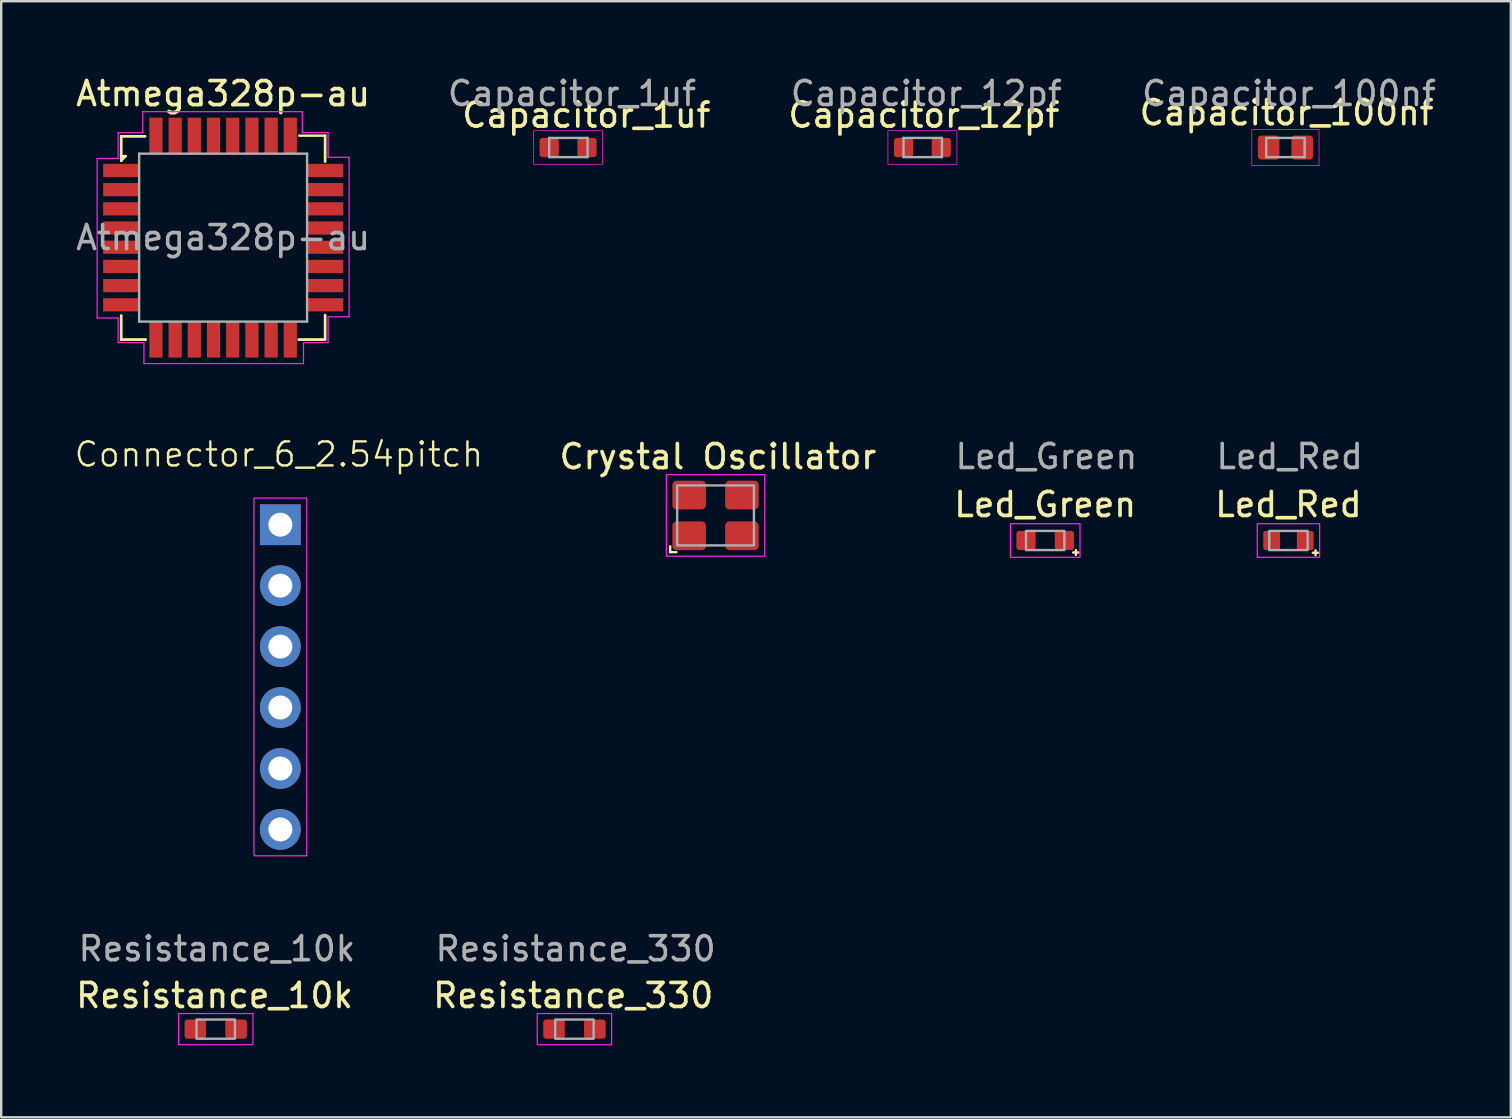
<source format=kicad_pcb>
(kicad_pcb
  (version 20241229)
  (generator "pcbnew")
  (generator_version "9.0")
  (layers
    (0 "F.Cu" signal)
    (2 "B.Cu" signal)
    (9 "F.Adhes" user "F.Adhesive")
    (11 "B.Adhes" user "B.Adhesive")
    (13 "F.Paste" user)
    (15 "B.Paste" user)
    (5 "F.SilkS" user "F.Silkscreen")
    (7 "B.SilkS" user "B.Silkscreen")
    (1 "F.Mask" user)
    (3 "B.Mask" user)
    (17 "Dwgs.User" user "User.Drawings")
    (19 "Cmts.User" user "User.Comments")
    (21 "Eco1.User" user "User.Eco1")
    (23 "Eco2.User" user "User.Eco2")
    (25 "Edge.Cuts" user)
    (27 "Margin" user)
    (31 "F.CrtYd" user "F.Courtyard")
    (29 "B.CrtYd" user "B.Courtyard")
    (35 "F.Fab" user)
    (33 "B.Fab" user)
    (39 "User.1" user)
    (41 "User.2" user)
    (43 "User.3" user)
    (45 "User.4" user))
  (footprint "Led_Green"
    (layer "F.Cu")
    (at 40.512 19.477)
    (property "Reference" "Led_Green" (at 0 -1.5 0) (unlocked yes) (layer "F.SilkS") (effects (font (size 1 1) (thickness 0.153))))
    (attr smd)
    (fp_line (start 1.165 0.5) (end 1.375 0.5) (stroke (width 0.1) (type default)) (layer "F.SilkS"))
    (fp_line (start 1.28 0.4) (end 1.28 0.6) (stroke (width 0.1) (type default)) (layer "F.SilkS"))
    (fp_rect (start -1.45 -0.7) (end 1.45 0.7) (stroke (width 0.05) (type default)) (fill no) (layer "F.CrtYd"))
    (fp_rect (start -0.8 -0.4) (end 0.8 0.4) (stroke (width 0.1) (type default)) (fill no) (layer "F.Fab"))
    (fp_poly (pts (xy 0.15 -0.15) (xy 0.15 0.15) (xy -0.15 0)) (stroke (width 0.1) (type solid)) (fill no) (layer "User.3"))
    (fp_text user "${REFERENCE}" (at 0.05 -3.5 0) (unlocked yes) (layer "F.Fab") (effects (font (size 1 1) (thickness 0.15))))
    (fp_text user "-" (at -1.075 0.2 0) (unlocked yes) (layer "User.3") (effects (font (size 0.4 0.4) (thickness 0.025)) (justify left bottom)))
    (fp_text user "+" (at 0.55 0.2 0) (unlocked yes) (layer "User.3") (effects (font (size 0.4 0.4) (thickness 0.025) (bold yes)) (justify left bottom)))
    (pad "1" smd roundrect (at -0.8 0) (size 0.8 0.8) (layers "F.Cu" "F.Mask" "F.Paste") (roundrect_rratio 0.15))
    (pad "2" smd roundrect (at 0.8 0) (size 0.8 0.8) (layers "F.Cu" "F.Mask" "F.Paste") (roundrect_rratio 0.15)))
  (footprint "Atmega328p-au"
    (layer "F.Cu")
    (at 6.249 6.854)
    (property "Reference" "Atmega328p-au" (at 0 -6 0) (layer "F.SilkS") (effects (font (size 1 1) (thickness 0.153))))
    (attr smd)
    (fp_line (start -4.25 -4.225) (end -4.25 -3.2) (stroke (width 0.1) (type default)) (layer "F.SilkS"))
    (fp_line (start -4.25 -4.225) (end -3.25 -4.225) (stroke (width 0.1) (type default)) (layer "F.SilkS"))
    (fp_line (start -4.25 -3.2) (end -4.25 -4.225) (stroke (width 0.1) (type default)) (layer "F.SilkS"))
    (fp_line (start -4.25 3.25) (end -4.25 4.25) (stroke (width 0.1) (type default)) (layer "F.SilkS"))
    (fp_line (start -4.25 4.25) (end -4.25 3.25) (stroke (width 0.1) (type default)) (layer "F.SilkS"))
    (fp_line (start -4.25 4.25) (end -3.225 4.25) (stroke (width 0.1) (type default)) (layer "F.SilkS"))
    (fp_line (start -4.2 -3.4) (end -4.06 -3.4) (stroke (width 0.1) (type default)) (layer "F.SilkS"))
    (fp_line (start -4.155 -3.35) (end -4.2 -3.4) (stroke (width 0.1) (type default)) (layer "F.SilkS"))
    (fp_line (start -4.06 -3.4) (end -4.25 -3.2) (stroke (width 0.1) (type default)) (layer "F.SilkS"))
    (fp_line (start -3.25 -4.225) (end -4.25 -4.225) (stroke (width 0.1) (type default)) (layer "F.SilkS"))
    (fp_line (start -3.225 4.25) (end -4.25 4.25) (stroke (width 0.1) (type default)) (layer "F.SilkS"))
    (fp_line (start 3.15 4.25) (end 4.25 4.25) (stroke (width 0.1) (type default)) (layer "F.SilkS"))
    (fp_line (start 3.175 -4.25) (end 4.25 -4.25) (stroke (width 0.1) (type default)) (layer "F.SilkS"))
    (fp_line (start 4.25 -4.25) (end 4.25 -3.175) (stroke (width 0.1) (type default)) (layer "F.SilkS"))
    (fp_line (start 4.25 -4.25) (end 4.25 -3.175) (stroke (width 0.1) (type default)) (layer "F.SilkS"))
    (fp_line (start 4.25 3.225) (end 4.25 4.25) (stroke (width 0.1) (type default)) (layer "F.SilkS"))
    (fp_line (start 4.25 4.25) (end 3.15 4.25) (stroke (width 0.1) (type default)) (layer "F.SilkS"))
    (fp_line (start 4.25 4.25) (end 4.25 3.225) (stroke (width 0.1) (type default)) (layer "F.SilkS"))
    (fp_circle (center -3 -3) (end -3.2 -3.2) (stroke (width 0.1) (type default)) (fill no) (layer "F.Paste"))
    (fp_line (start -5.25 -3.3) (end -4.375 -3.3) (stroke (width 0.05) (type default)) (layer "F.CrtYd"))
    (fp_line (start -5.25 3.35) (end -5.25 -3.3) (stroke (width 0.05) (type default)) (layer "F.CrtYd"))
    (fp_line (start -4.375 -4.375) (end -3.35 -4.375) (stroke (width 0.05) (type default)) (layer "F.CrtYd"))
    (fp_line (start -4.375 -3.3) (end -4.375 -4.375) (stroke (width 0.05) (type default)) (layer "F.CrtYd"))
    (fp_line (start -4.375 3.35) (end -5.25 3.35) (stroke (width 0.05) (type default)) (layer "F.CrtYd"))
    (fp_line (start -4.375 4.375) (end -4.375 3.35) (stroke (width 0.05) (type default)) (layer "F.CrtYd"))
    (fp_line (start -3.35 -5.25) (end 3.3 -5.25) (stroke (width 0.05) (type default)) (layer "F.CrtYd"))
    (fp_line (start -3.35 -4.375) (end -3.35 -5.25) (stroke (width 0.05) (type default)) (layer "F.CrtYd"))
    (fp_line (start -3.3 4.375) (end -4.375 4.375) (stroke (width 0.05) (type default)) (layer "F.CrtYd"))
    (fp_line (start -3.3 5.25) (end -3.3 4.375) (stroke (width 0.05) (type default)) (layer "F.CrtYd"))
    (fp_line (start 3.3 -5.25) (end 3.3 -4.375) (stroke (width 0.05) (type default)) (layer "F.CrtYd"))
    (fp_line (start 3.3 -4.375) (end 4.375 -4.375) (stroke (width 0.05) (type default)) (layer "F.CrtYd"))
    (fp_line (start 3.35 4.375) (end 3.35 5.25) (stroke (width 0.05) (type default)) (layer "F.CrtYd"))
    (fp_line (start 3.35 5.25) (end -3.3 5.25) (stroke (width 0.05) (type default)) (layer "F.CrtYd"))
    (fp_line (start 4.375 -4.375) (end 4.375 -3.35) (stroke (width 0.05) (type default)) (layer "F.CrtYd"))
    (fp_line (start 4.375 -3.35) (end 5.25 -3.35) (stroke (width 0.05) (type default)) (layer "F.CrtYd"))
    (fp_line (start 4.375 3.3) (end 4.375 4.375) (stroke (width 0.05) (type default)) (layer "F.CrtYd"))
    (fp_line (start 4.375 4.375) (end 3.35 4.375) (stroke (width 0.05) (type default)) (layer "F.CrtYd"))
    (fp_line (start 5.25 -3.35) (end 5.25 3.3) (stroke (width 0.05) (type default)) (layer "F.CrtYd"))
    (fp_line (start 5.25 3.3) (end 4.375 3.3) (stroke (width 0.05) (type default)) (layer "F.CrtYd"))
    (fp_line (start -3.5 -3.5) (end -3.5 3.5) (stroke (width 0.1) (type default)) (layer "F.Fab"))
    (fp_line (start -3.5 3.5) (end 3.5 3.5) (stroke (width 0.1) (type default)) (layer "F.Fab"))
    (fp_line (start 3.5 -3.5) (end -3.5 -3.5) (stroke (width 0.1) (type default)) (layer "F.Fab"))
    (fp_line (start 3.5 3.5) (end 3.5 -3.5) (stroke (width 0.1) (type default)) (layer "F.Fab"))
    (fp_text user "${REFERENCE}" (at 0 0 0) (layer "F.Fab") (effects (font (size 1 1) (thickness 0.15))))
    (pad "1" smd rect (at -4.25 -2.8 90) (size 0.55 1.5) (layers "F.Cu" "F.Mask" "F.Paste"))
    (pad "2" smd rect (at -4.25 -2 90) (size 0.55 1.5) (layers "F.Cu" "F.Mask" "F.Paste"))
    (pad "3" smd rect (at -4.25 -1.2 90) (size 0.55 1.5) (layers "F.Cu" "F.Mask" "F.Paste"))
    (pad "4" smd rect (at -4.25 -0.4 90) (size 0.55 1.5) (layers "F.Cu" "F.Mask" "F.Paste"))
    (pad "5" smd rect (at -4.25 0.4 90) (size 0.55 1.5) (layers "F.Cu" "F.Mask" "F.Paste"))
    (pad "6" smd rect (at -4.25 1.2 90) (size 0.55 1.5) (layers "F.Cu" "F.Mask" "F.Paste"))
    (pad "7" smd rect (at -4.25 2 90) (size 0.55 1.5) (layers "F.Cu" "F.Mask" "F.Paste"))
    (pad "8" smd rect (at -4.25 2.8 90) (size 0.55 1.5) (layers "F.Cu" "F.Mask" "F.Paste"))
    (pad "9" smd rect (at -2.8 4.25) (size 0.55 1.5) (layers "F.Cu" "F.Mask" "F.Paste"))
    (pad "10" smd rect (at -2 4.25) (size 0.55 1.5) (layers "F.Cu" "F.Mask" "F.Paste"))
    (pad "11" smd rect (at -1.2 4.25) (size 0.55 1.5) (layers "F.Cu" "F.Mask" "F.Paste"))
    (pad "12" smd rect (at -0.4 4.25) (size 0.55 1.5) (layers "F.Cu" "F.Mask" "F.Paste"))
    (pad "13" smd rect (at 0.4 4.25) (size 0.55 1.5) (layers "F.Cu" "F.Mask" "F.Paste"))
    (pad "14" smd rect (at 1.2 4.25) (size 0.55 1.5) (layers "F.Cu" "F.Mask" "F.Paste"))
    (pad "15" smd rect (at 2 4.25) (size 0.55 1.5) (layers "F.Cu" "F.Mask" "F.Paste"))
    (pad "16" smd rect (at 2.8 4.25) (size 0.55 1.5) (layers "F.Cu" "F.Mask" "F.Paste"))
    (pad "17" smd rect (at 4.25 2.8 90) (size 0.55 1.5) (layers "F.Cu" "F.Mask" "F.Paste"))
    (pad "18" smd rect (at 4.25 2 90) (size 0.55 1.5) (layers "F.Cu" "F.Mask" "F.Paste"))
    (pad "19" smd rect (at 4.25 1.2 90) (size 0.55 1.5) (layers "F.Cu" "F.Mask" "F.Paste"))
    (pad "20" smd rect (at 4.25 0.4 90) (size 0.55 1.5) (layers "F.Cu" "F.Mask" "F.Paste"))
    (pad "21" smd rect (at 4.25 -0.4 90) (size 0.55 1.5) (layers "F.Cu" "F.Mask" "F.Paste"))
    (pad "22" smd rect (at 4.25 -1.2 90) (size 0.55 1.5) (layers "F.Cu" "F.Mask" "F.Paste"))
    (pad "23" smd rect (at 4.25 -2 90) (size 0.55 1.5) (layers "F.Cu" "F.Mask" "F.Paste"))
    (pad "24" smd rect (at 4.25 -2.8 90) (size 0.55 1.5) (layers "F.Cu" "F.Mask" "F.Paste"))
    (pad "25" smd rect (at 2.8 -4.25) (size 0.55 1.5) (layers "F.Cu" "F.Mask" "F.Paste"))
    (pad "26" smd rect (at 2 -4.25) (size 0.55 1.5) (layers "F.Cu" "F.Mask" "F.Paste"))
    (pad "27" smd rect (at 1.2 -4.25) (size 0.55 1.5) (layers "F.Cu" "F.Mask" "F.Paste"))
    (pad "28" smd rect (at 0.4 -4.25) (size 0.55 1.5) (layers "F.Cu" "F.Mask" "F.Paste"))
    (pad "29" smd rect (at -0.4 -4.25) (size 0.55 1.5) (layers "F.Cu" "F.Mask" "F.Paste"))
    (pad "30" smd rect (at -1.2 -4.25) (size 0.55 1.5) (layers "F.Cu" "F.Mask" "F.Paste"))
    (pad "31" smd rect (at -2 -4.25) (size 0.55 1.5) (layers "F.Cu" "F.Mask" "F.Paste"))
    (pad "32" smd rect (at -2.8 -4.25) (size 0.55 1.5) (layers "F.Cu" "F.Mask" "F.Paste")))
  (footprint "Resistance_10k"
    (layer "F.Cu")
    (at 5.941 39.842)
    (property "Reference" "Resistance_10k" (at -0.05 -1.4 0) (unlocked yes) (layer "F.SilkS") (effects (font (size 1 1) (thickness 0.153))))
    (attr smd)
    (fp_rect (start -1.55 -0.65) (end 1.55 0.65) (stroke (width 0.05) (type default)) (fill no) (layer "F.CrtYd"))
    (fp_rect (start -0.8 -0.4) (end 0.8 0.4) (stroke (width 0.1) (type default)) (fill no) (layer "F.Fab"))
    (fp_text user "${REFERENCE}" (at 0.05 -3.35 0) (unlocked yes) (layer "F.Fab") (effects (font (size 1 1) (thickness 0.15))))
    (pad "1" smd roundrect (at -0.85 0) (size 0.9 0.8) (layers "F.Cu" "F.Mask" "F.Paste") (roundrect_rratio 0.15))
    (pad "2" smd roundrect (at 0.85 0) (size 0.9 0.8) (layers "F.Cu" "F.Mask" "F.Paste") (roundrect_rratio 0.15)))
  (footprint "Capacitor_1uf"
    (layer "F.Cu")
    (at 20.639 3.098)
    (property "Reference" "Capacitor_1uf" (at 0.75 -1.35 0) (unlocked yes) (layer "F.SilkS") (effects (font (size 1 1) (thickness 0.153))))
    (attr smd)
    (fp_rect (start -1.45 -0.7) (end 1.425 0.7) (stroke (width 0.03) (type solid)) (fill no) (layer "F.CrtYd"))
    (fp_line (start -0.8 -0.4) (end -0.8 0.4) (stroke (width 0.1) (type default)) (layer "F.Fab"))
    (fp_line (start -0.8 0.4) (end 0.8 0.4) (stroke (width 0.1) (type default)) (layer "F.Fab"))
    (fp_line (start 0.8 -0.4) (end -0.8 -0.4) (stroke (width 0.1) (type default)) (layer "F.Fab"))
    (fp_line (start 0.8 0.4) (end 0.8 -0.4) (stroke (width 0.1) (type default)) (layer "F.Fab"))
    (fp_text user "${REFERENCE}" (at 0.15 -2.25 0) (unlocked yes) (layer "F.Fab") (effects (font (size 1 1) (thickness 0.15))))
    (pad "1" smd roundrect (at -0.8 0) (size 0.8 0.8) (layers "F.Cu" "F.Mask" "F.Paste") (roundrect_rratio 0.15))
    (pad "2" smd roundrect (at 0.775 0) (size 0.8 0.8) (layers "F.Cu" "F.Mask" "F.Paste") (roundrect_rratio 0.15)))
  (footprint "Connector_6_2.54pitch"
    (layer "F.Cu")
    (at 8.634 18.819)
    (property "Reference" "Connector_6_2.54pitch" (at -0.06 -2.93 0) (unlocked yes) (layer "F.SilkS") (effects (font (size 1 1) (thickness 0.1))))
    (attr exclude_from_pos_files exclude_from_bom)
    (fp_rect (start -1.1 -1.11) (end 1.1 13.8) (stroke (width 0.05) (type default)) (fill no) (layer "F.CrtYd"))
    (pad "1" thru_hole rect (at 0 0) (size 1.7 1.7) (drill 1) (layers "*.Cu" "*.Mask"))
    (pad "2" thru_hole circle (at 0 2.54) (size 1.7 1.7) (drill 1) (layers "*.Cu" "*.Mask"))
    (pad "3" thru_hole circle (at 0 5.08) (size 1.7 1.7) (drill 1) (layers "*.Cu" "*.Mask"))
    (pad "4" thru_hole circle (at 0 7.62) (size 1.7 1.7) (drill 1) (layers "*.Cu" "*.Mask"))
    (pad "5" thru_hole circle (at 0 10.16) (size 1.7 1.7) (drill 1) (layers "*.Cu" "*.Mask"))
    (pad "6" thru_hole circle (at 0 12.7) (size 1.7 1.7) (drill 1) (layers "*.Cu" "*.Mask")))
  (footprint "Resistance_330"
    (layer "F.Cu")
    (at 20.891 39.842)
    (property "Reference" "Resistance_330" (at -0.05 -1.4 0) (unlocked yes) (layer "F.SilkS") (effects (font (size 1 1) (thickness 0.153))))
    (attr smd)
    (fp_rect (start -1.55 -0.65) (end 1.55 0.65) (stroke (width 0.05) (type default)) (fill no) (layer "F.CrtYd"))
    (fp_rect (start -0.8 -0.4) (end 0.8 0.4) (stroke (width 0.1) (type default)) (fill no) (layer "F.Fab"))
    (fp_text user "${REFERENCE}" (at 0.05 -3.35 0) (unlocked yes) (layer "F.Fab") (effects (font (size 1 1) (thickness 0.15))))
    (pad "1" smd roundrect (at -0.85 0) (size 0.9 0.8) (layers "F.Cu" "F.Mask" "F.Paste") (roundrect_rratio 0.15))
    (pad "2" smd roundrect (at 0.85 0) (size 0.9 0.8) (layers "F.Cu" "F.Mask" "F.Paste") (roundrect_rratio 0.15)))
  (footprint "Capacitor_12pf"
    (layer "F.Cu")
    (at 35.407 3.098)
    (property "Reference" "Capacitor_12pf" (at 0.05 -1.35 0) (unlocked yes) (layer "F.SilkS") (effects (font (size 1 1) (thickness 0.153))))
    (attr smd)
    (fp_rect (start -1.45 -0.7) (end 1.425 0.7) (stroke (width 0.03) (type solid)) (fill no) (layer "F.CrtYd"))
    (fp_line (start -0.8 -0.4) (end -0.8 0.4) (stroke (width 0.1) (type default)) (layer "F.Fab"))
    (fp_line (start -0.8 0.4) (end 0.8 0.4) (stroke (width 0.1) (type default)) (layer "F.Fab"))
    (fp_line (start 0.8 -0.4) (end -0.8 -0.4) (stroke (width 0.1) (type default)) (layer "F.Fab"))
    (fp_line (start 0.8 0.4) (end 0.8 -0.4) (stroke (width 0.1) (type default)) (layer "F.Fab"))
    (fp_text user "${REFERENCE}" (at 0.15 -2.25 0) (unlocked yes) (layer "F.Fab") (effects (font (size 1 1) (thickness 0.15))))
    (pad "1" smd roundrect (at -0.8 0) (size 0.8 0.8) (layers "F.Cu" "F.Mask" "F.Paste") (roundrect_rratio 0.15))
    (pad "2" smd roundrect (at 0.775 0) (size 0.8 0.8) (layers "F.Cu" "F.Mask" "F.Paste") (roundrect_rratio 0.15)))
  (footprint "Crystal Oscillator"
    (layer "F.Cu")
    (at 26.772 18.432)
    (property "Reference" "Crystal Oscillator" (at 0.1 -2.45 0) (unlocked yes) (layer "F.SilkS") (effects (font (size 1 1) (thickness 0.153))))
    (attr smd)
    (fp_line (start -1.89 1.29) (end -1.89 1.53) (stroke (width 0.1) (type default)) (layer "F.SilkS"))
    (fp_line (start -1.89 1.53) (end -1.63 1.53) (stroke (width 0.1) (type default)) (layer "F.SilkS"))
    (fp_rect (start -2.05 -1.7) (end 2.05 1.7) (stroke (width 0.05) (type default)) (fill no) (layer "F.CrtYd"))
    (fp_rect (start -1.6 -1.25) (end 1.6 1.25) (stroke (width 0.1) (type default)) (fill no) (layer "F.Fab"))
    (pad "1" smd roundrect (at -1.1 0.85) (size 1.4 1.2) (layers "F.Cu" "F.Mask" "F.Paste") (roundrect_rratio 0.15))
    (pad "2" smd roundrect (at 1.1 0.85) (size 1.4 1.2) (layers "F.Cu" "F.Mask" "F.Paste") (roundrect_rratio 0.15))
    (pad "3" smd roundrect (at 1.1 -0.85) (size 1.4 1.2) (layers "F.Cu" "F.Mask" "F.Paste") (roundrect_rratio 0.15))
    (pad "4" smd roundrect (at -1.1 -0.85) (size 1.4 1.2) (layers "F.Cu" "F.Mask" "F.Paste") (roundrect_rratio 0.15)))
  (footprint "Led_Red"
    (layer "F.Cu")
    (at 50.65 19.477)
    (property "Reference" "Led_Red" (at 0 -1.5 0) (unlocked yes) (layer "F.SilkS") (effects (font (size 1 1) (thickness 0.153))))
    (attr smd)
    (fp_line (start 1.015 0.51) (end 1.225 0.51) (stroke (width 0.1) (type default)) (layer "F.SilkS"))
    (fp_line (start 1.13 0.41) (end 1.13 0.61) (stroke (width 0.1) (type default)) (layer "F.SilkS"))
    (fp_rect (start -1.3 -0.7) (end 1.3 0.7) (stroke (width 0.05) (type default)) (fill no) (layer "F.CrtYd"))
    (fp_rect (start -0.8 -0.4) (end 0.8 0.4) (stroke (width 0.1) (type default)) (fill no) (layer "F.Fab"))
    (fp_poly (pts (xy 0.15 -0.15) (xy 0.15 0.15) (xy -0.15 0)) (stroke (width 0.1) (type solid)) (fill no) (layer "User.3"))
    (fp_text user "${REFERENCE}" (at 0.05 -3.5 0) (unlocked yes) (layer "F.Fab") (effects (font (size 1 1) (thickness 0.15))))
    (fp_text user "+" (at 0.5 0.2 0) (unlocked yes) (layer "User.3") (effects (font (size 0.4 0.4) (thickness 0.025) (bold yes)) (justify left bottom)))
    (fp_text user "-" (at -1 0.2 0) (unlocked yes) (layer "User.3") (effects (font (size 0.4 0.4) (thickness 0.025)) (justify left bottom)))
    (pad "1" smd roundrect (at -0.7 0) (size 0.7 0.8) (layers "F.Cu" "F.Mask" "F.Paste") (roundrect_rratio 0.15) (padstack (mode custom) (layer "B.Cu" (shape roundrect) (size 0.8 0.8) (roundrect_rratio 0.15))))
    (pad "2" smd roundrect (at 0.7 0) (size 0.7 0.8) (layers "F.Cu" "F.Mask" "F.Paste") (roundrect_rratio 0.15)))
  (footprint "Capacitor_100nf"
    (layer "F.Cu")
    (at 50.524 3.098)
    (property "Reference" "Capacitor_100nf" (at 0.05 -1.45 0) (unlocked yes) (layer "F.SilkS") (effects (font (size 1 1) (thickness 0.153))))
    (attr smd)
    (fp_rect (start -1.4 -0.75) (end 1.4 0.75) (stroke (width 0.03) (type solid)) (fill no) (layer "F.CrtYd"))
    (fp_line (start -0.8 -0.4) (end -0.8 0.4) (stroke (width 0.1) (type default)) (layer "F.Fab"))
    (fp_line (start -0.8 0.4) (end 0.8 0.4) (stroke (width 0.1) (type default)) (layer "F.Fab"))
    (fp_line (start 0.8 -0.4) (end -0.8 -0.4) (stroke (width 0.1) (type default)) (layer "F.Fab"))
    (fp_line (start 0.8 0.4) (end 0.8 -0.4) (stroke (width 0.1) (type default)) (layer "F.Fab"))
    (fp_text user "${REFERENCE}" (at 0.15 -2.25 0) (unlocked yes) (layer "F.Fab") (effects (font (size 1 1) (thickness 0.15))))
    (pad "1" smd roundrect (at -0.7 0) (size 0.9 1) (layers "F.Cu" "F.Mask" "F.Paste") (roundrect_rratio 0.15))
    (pad "2" smd roundrect (at 0.7 0) (size 0.9 1) (layers "F.Cu" "F.Mask" "F.Paste") (roundrect_rratio 0.15)))
  (gr_rect
    (start -3 -3)
    (end 59.918 43.517)
    (stroke (width 0.1) (type default))
    (fill no)
    (layer "Edge.Cuts")))
</source>
